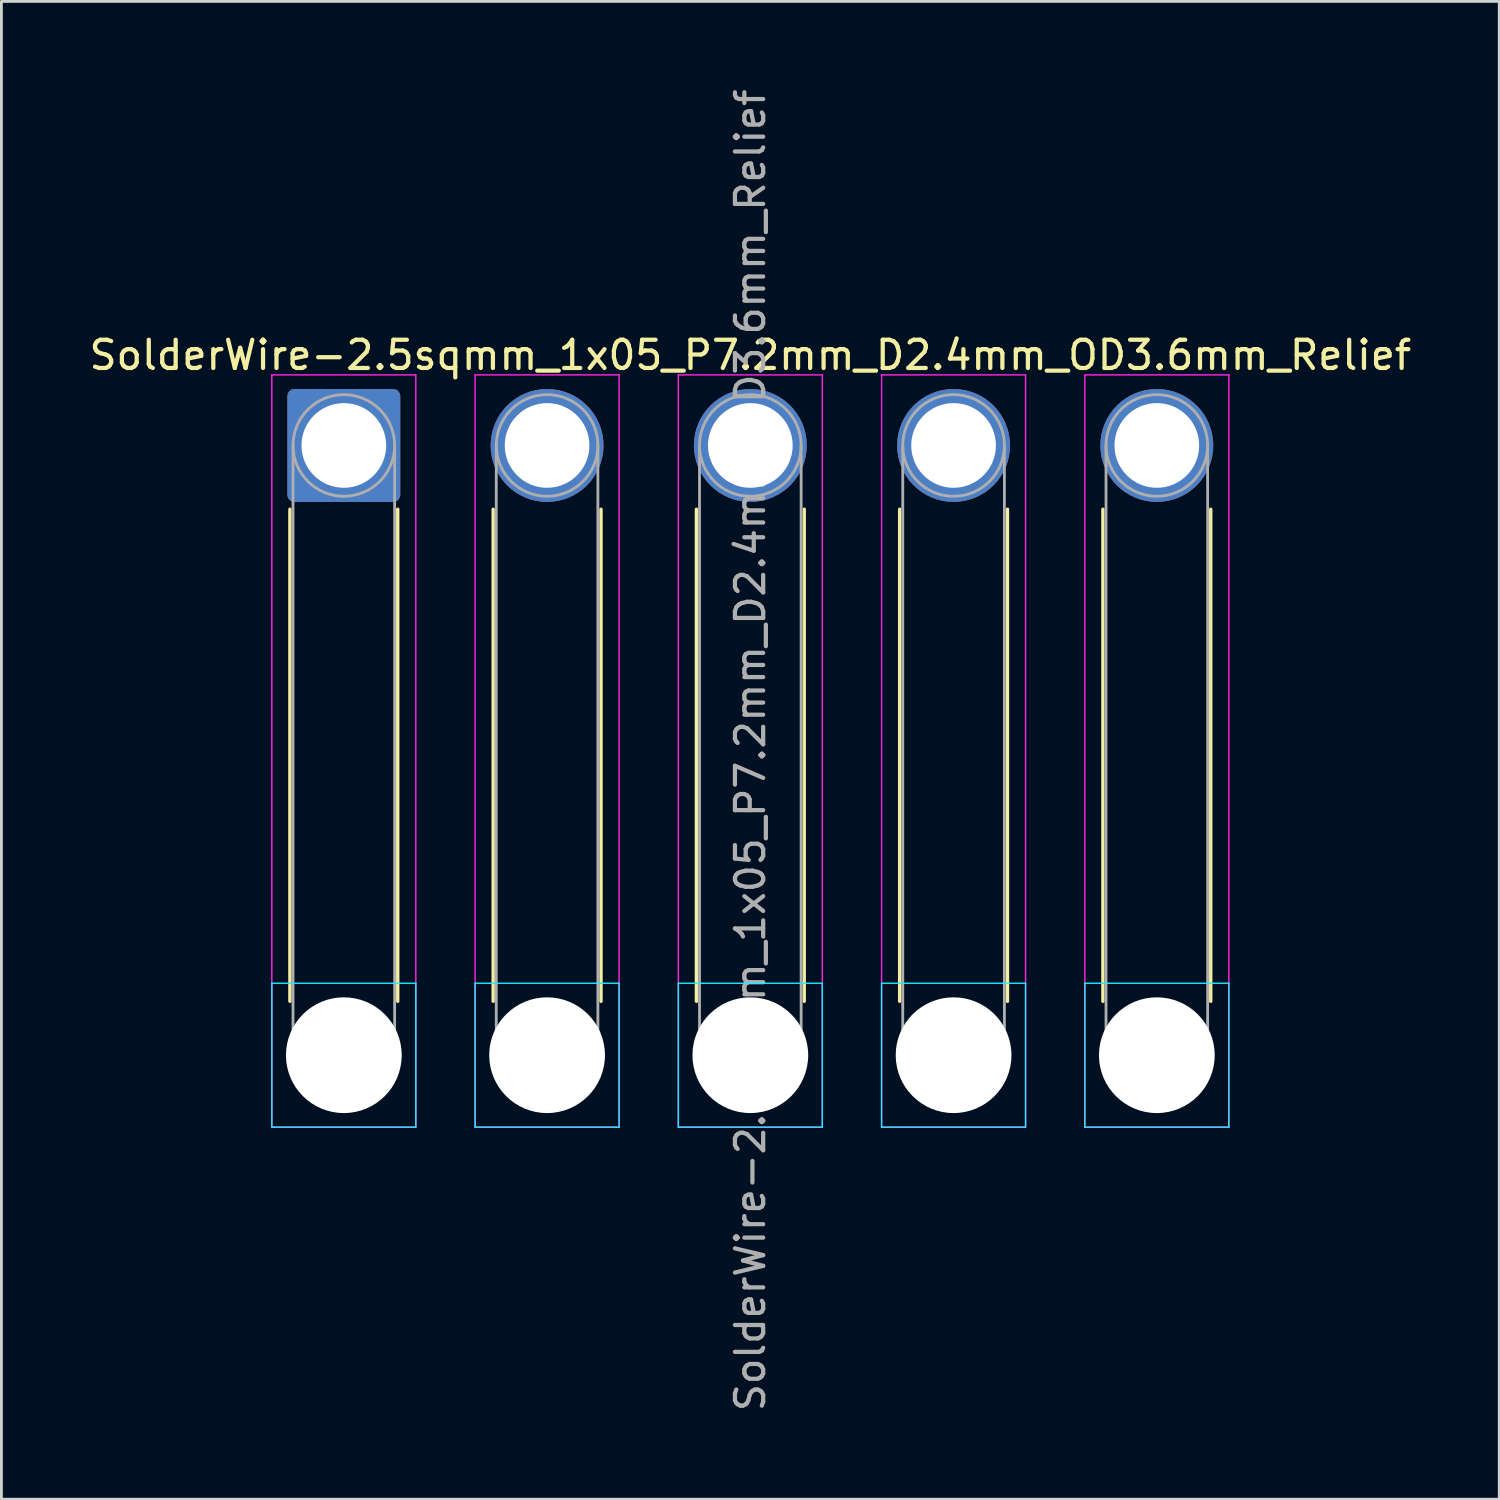
<source format=kicad_pcb>
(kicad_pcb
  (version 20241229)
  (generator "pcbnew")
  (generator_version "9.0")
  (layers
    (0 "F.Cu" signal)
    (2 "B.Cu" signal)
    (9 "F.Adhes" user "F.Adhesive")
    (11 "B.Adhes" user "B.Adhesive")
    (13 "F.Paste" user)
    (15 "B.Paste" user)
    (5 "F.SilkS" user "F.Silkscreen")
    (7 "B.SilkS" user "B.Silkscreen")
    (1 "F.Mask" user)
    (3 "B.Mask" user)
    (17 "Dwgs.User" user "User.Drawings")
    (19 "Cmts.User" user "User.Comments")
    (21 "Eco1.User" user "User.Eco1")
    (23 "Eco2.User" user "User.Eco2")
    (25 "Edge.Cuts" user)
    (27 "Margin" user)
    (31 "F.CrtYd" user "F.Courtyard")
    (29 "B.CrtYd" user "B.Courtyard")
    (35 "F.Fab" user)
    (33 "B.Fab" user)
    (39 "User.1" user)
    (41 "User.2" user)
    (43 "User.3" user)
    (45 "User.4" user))
  (footprint "SolderWire-2.5sqmm_1x05_P7.2mm_D2.4mm_OD3.6mm_Relief"
    (layer "F.Cu")
    (at 9.13 12.73)
    (property "Reference" "SolderWire-2.5sqmm_1x05_P7.2mm_D2.4mm_OD3.6mm_Relief" (at 14.4 -3.2 0) (layer "F.SilkS") (effects (font (size 1 1) (thickness 0.15))))
    (attr exclude_from_pos_files exclude_from_bom)
    (fp_line (start -1.91 2.26) (end -1.91 19.69) (stroke (width 0.12) (type solid)) (layer "F.SilkS"))
    (fp_line (start 1.91 2.26) (end 1.91 19.69) (stroke (width 0.12) (type solid)) (layer "F.SilkS"))
    (fp_line (start 5.29 2.26) (end 5.29 19.69) (stroke (width 0.12) (type solid)) (layer "F.SilkS"))
    (fp_line (start 9.11 2.26) (end 9.11 19.69) (stroke (width 0.12) (type solid)) (layer "F.SilkS"))
    (fp_line (start 12.49 2.26) (end 12.49 19.69) (stroke (width 0.12) (type solid)) (layer "F.SilkS"))
    (fp_line (start 16.31 2.26) (end 16.31 19.69) (stroke (width 0.12) (type solid)) (layer "F.SilkS"))
    (fp_line (start 19.69 2.26) (end 19.69 19.69) (stroke (width 0.12) (type solid)) (layer "F.SilkS"))
    (fp_line (start 23.51 2.26) (end 23.51 19.69) (stroke (width 0.12) (type solid)) (layer "F.SilkS"))
    (fp_line (start 26.89 2.26) (end 26.89 19.69) (stroke (width 0.12) (type solid)) (layer "F.SilkS"))
    (fp_line (start 30.71 2.26) (end 30.71 19.69) (stroke (width 0.12) (type solid)) (layer "F.SilkS"))
    (fp_line (start -2.55 19.05) (end -2.55 24.15) (stroke (width 0.05) (type solid)) (layer "B.CrtYd"))
    (fp_line (start -2.55 24.15) (end 2.55 24.15) (stroke (width 0.05) (type solid)) (layer "B.CrtYd"))
    (fp_line (start 2.55 19.05) (end -2.55 19.05) (stroke (width 0.05) (type solid)) (layer "B.CrtYd"))
    (fp_line (start 2.55 24.15) (end 2.55 19.05) (stroke (width 0.05) (type solid)) (layer "B.CrtYd"))
    (fp_line (start 4.65 19.05) (end 4.65 24.15) (stroke (width 0.05) (type solid)) (layer "B.CrtYd"))
    (fp_line (start 4.65 24.15) (end 9.75 24.15) (stroke (width 0.05) (type solid)) (layer "B.CrtYd"))
    (fp_line (start 9.75 19.05) (end 4.65 19.05) (stroke (width 0.05) (type solid)) (layer "B.CrtYd"))
    (fp_line (start 9.75 24.15) (end 9.75 19.05) (stroke (width 0.05) (type solid)) (layer "B.CrtYd"))
    (fp_line (start 11.85 19.05) (end 11.85 24.15) (stroke (width 0.05) (type solid)) (layer "B.CrtYd"))
    (fp_line (start 11.85 24.15) (end 16.95 24.15) (stroke (width 0.05) (type solid)) (layer "B.CrtYd"))
    (fp_line (start 16.95 19.05) (end 11.85 19.05) (stroke (width 0.05) (type solid)) (layer "B.CrtYd"))
    (fp_line (start 16.95 24.15) (end 16.95 19.05) (stroke (width 0.05) (type solid)) (layer "B.CrtYd"))
    (fp_line (start 19.05 19.05) (end 19.05 24.15) (stroke (width 0.05) (type solid)) (layer "B.CrtYd"))
    (fp_line (start 19.05 24.15) (end 24.15 24.15) (stroke (width 0.05) (type solid)) (layer "B.CrtYd"))
    (fp_line (start 24.15 19.05) (end 19.05 19.05) (stroke (width 0.05) (type solid)) (layer "B.CrtYd"))
    (fp_line (start 24.15 24.15) (end 24.15 19.05) (stroke (width 0.05) (type solid)) (layer "B.CrtYd"))
    (fp_line (start 26.25 19.05) (end 26.25 24.15) (stroke (width 0.05) (type solid)) (layer "B.CrtYd"))
    (fp_line (start 26.25 24.15) (end 31.35 24.15) (stroke (width 0.05) (type solid)) (layer "B.CrtYd"))
    (fp_line (start 31.35 19.05) (end 26.25 19.05) (stroke (width 0.05) (type solid)) (layer "B.CrtYd"))
    (fp_line (start 31.35 24.15) (end 31.35 19.05) (stroke (width 0.05) (type solid)) (layer "B.CrtYd"))
    (fp_line (start -2.55 -2.5) (end -2.55 24.15) (stroke (width 0.05) (type solid)) (layer "F.CrtYd"))
    (fp_line (start -2.55 24.15) (end 2.55 24.15) (stroke (width 0.05) (type solid)) (layer "F.CrtYd"))
    (fp_line (start 2.55 -2.5) (end -2.55 -2.5) (stroke (width 0.05) (type solid)) (layer "F.CrtYd"))
    (fp_line (start 2.55 24.15) (end 2.55 -2.5) (stroke (width 0.05) (type solid)) (layer "F.CrtYd"))
    (fp_line (start 4.65 -2.5) (end 4.65 24.15) (stroke (width 0.05) (type solid)) (layer "F.CrtYd"))
    (fp_line (start 4.65 24.15) (end 9.75 24.15) (stroke (width 0.05) (type solid)) (layer "F.CrtYd"))
    (fp_line (start 9.75 -2.5) (end 4.65 -2.5) (stroke (width 0.05) (type solid)) (layer "F.CrtYd"))
    (fp_line (start 9.75 24.15) (end 9.75 -2.5) (stroke (width 0.05) (type solid)) (layer "F.CrtYd"))
    (fp_line (start 11.85 -2.5) (end 11.85 24.15) (stroke (width 0.05) (type solid)) (layer "F.CrtYd"))
    (fp_line (start 11.85 24.15) (end 16.95 24.15) (stroke (width 0.05) (type solid)) (layer "F.CrtYd"))
    (fp_line (start 16.95 -2.5) (end 11.85 -2.5) (stroke (width 0.05) (type solid)) (layer "F.CrtYd"))
    (fp_line (start 16.95 24.15) (end 16.95 -2.5) (stroke (width 0.05) (type solid)) (layer "F.CrtYd"))
    (fp_line (start 19.05 -2.5) (end 19.05 24.15) (stroke (width 0.05) (type solid)) (layer "F.CrtYd"))
    (fp_line (start 19.05 24.15) (end 24.15 24.15) (stroke (width 0.05) (type solid)) (layer "F.CrtYd"))
    (fp_line (start 24.15 -2.5) (end 19.05 -2.5) (stroke (width 0.05) (type solid)) (layer "F.CrtYd"))
    (fp_line (start 24.15 24.15) (end 24.15 -2.5) (stroke (width 0.05) (type solid)) (layer "F.CrtYd"))
    (fp_line (start 26.25 -2.5) (end 26.25 24.15) (stroke (width 0.05) (type solid)) (layer "F.CrtYd"))
    (fp_line (start 26.25 24.15) (end 31.35 24.15) (stroke (width 0.05) (type solid)) (layer "F.CrtYd"))
    (fp_line (start 31.35 -2.5) (end 26.25 -2.5) (stroke (width 0.05) (type solid)) (layer "F.CrtYd"))
    (fp_line (start 31.35 24.15) (end 31.35 -2.5) (stroke (width 0.05) (type solid)) (layer "F.CrtYd"))
    (fp_line (start -1.8 0) (end -1.8 21.6) (stroke (width 0.1) (type solid)) (layer "F.Fab"))
    (fp_line (start 1.8 0) (end 1.8 21.6) (stroke (width 0.1) (type solid)) (layer "F.Fab"))
    (fp_line (start 5.4 0) (end 5.4 21.6) (stroke (width 0.1) (type solid)) (layer "F.Fab"))
    (fp_line (start 9 0) (end 9 21.6) (stroke (width 0.1) (type solid)) (layer "F.Fab"))
    (fp_line (start 12.6 0) (end 12.6 21.6) (stroke (width 0.1) (type solid)) (layer "F.Fab"))
    (fp_line (start 16.2 0) (end 16.2 21.6) (stroke (width 0.1) (type solid)) (layer "F.Fab"))
    (fp_line (start 19.8 0) (end 19.8 21.6) (stroke (width 0.1) (type solid)) (layer "F.Fab"))
    (fp_line (start 23.4 0) (end 23.4 21.6) (stroke (width 0.1) (type solid)) (layer "F.Fab"))
    (fp_line (start 27 0) (end 27 21.6) (stroke (width 0.1) (type solid)) (layer "F.Fab"))
    (fp_line (start 30.6 0) (end 30.6 21.6) (stroke (width 0.1) (type solid)) (layer "F.Fab"))
    (fp_circle (center 0 0) (end 1.8 0) (stroke (width 0.1) (type solid)) (fill no) (layer "F.Fab"))
    (fp_circle (center 0 21.6) (end 1.8 21.6) (stroke (width 0.1) (type solid)) (fill no) (layer "F.Fab"))
    (fp_circle (center 7.2 0) (end 9 0) (stroke (width 0.1) (type solid)) (fill no) (layer "F.Fab"))
    (fp_circle (center 7.2 21.6) (end 9 21.6) (stroke (width 0.1) (type solid)) (fill no) (layer "F.Fab"))
    (fp_circle (center 14.4 0) (end 16.2 0) (stroke (width 0.1) (type solid)) (fill no) (layer "F.Fab"))
    (fp_circle (center 14.4 21.6) (end 16.2 21.6) (stroke (width 0.1) (type solid)) (fill no) (layer "F.Fab"))
    (fp_circle (center 21.6 0) (end 23.4 0) (stroke (width 0.1) (type solid)) (fill no) (layer "F.Fab"))
    (fp_circle (center 21.6 21.6) (end 23.4 21.6) (stroke (width 0.1) (type solid)) (fill no) (layer "F.Fab"))
    (fp_circle (center 28.8 0) (end 30.6 0) (stroke (width 0.1) (type solid)) (fill no) (layer "F.Fab"))
    (fp_circle (center 28.8 21.6) (end 30.6 21.6) (stroke (width 0.1) (type solid)) (fill no) (layer "F.Fab"))
    (fp_text user "${REFERENCE}" (at 14.4 10.8 90) (layer "F.Fab") (effects (font (size 1 1) (thickness 0.15))))
    (pad "" np_thru_hole circle (at 0 21.6) (size 4.1 4.1) (drill 4.1) (layers "*.Cu" "*.Mask"))
    (pad "" np_thru_hole circle (at 7.2 21.6) (size 4.1 4.1) (drill 4.1) (layers "*.Cu" "*.Mask"))
    (pad "" np_thru_hole circle (at 14.4 21.6) (size 4.1 4.1) (drill 4.1) (layers "*.Cu" "*.Mask"))
    (pad "" np_thru_hole circle (at 21.6 21.6) (size 4.1 4.1) (drill 4.1) (layers "*.Cu" "*.Mask"))
    (pad "" np_thru_hole circle (at 28.8 21.6) (size 4.1 4.1) (drill 4.1) (layers "*.Cu" "*.Mask"))
    (pad "1" thru_hole roundrect (at 0 0) (size 4 4) (drill 3) (layers "*.Cu" "*.Mask") (roundrect_rratio 0.062))
    (pad "2" thru_hole circle (at 7.2 0) (size 4 4) (drill 3) (layers "*.Cu" "*.Mask"))
    (pad "3" thru_hole circle (at 14.4 0) (size 4 4) (drill 3) (layers "*.Cu" "*.Mask"))
    (pad "4" thru_hole circle (at 21.6 0) (size 4 4) (drill 3) (layers "*.Cu" "*.Mask"))
    (pad "5" thru_hole circle (at 28.8 0) (size 4 4) (drill 3) (layers "*.Cu" "*.Mask")))
  (gr_rect
    (start -3 -3)
    (end 50.06 50.06)
    (stroke (width 0.1) (type default))
    (fill no)
    (layer "Edge.Cuts")))
</source>
